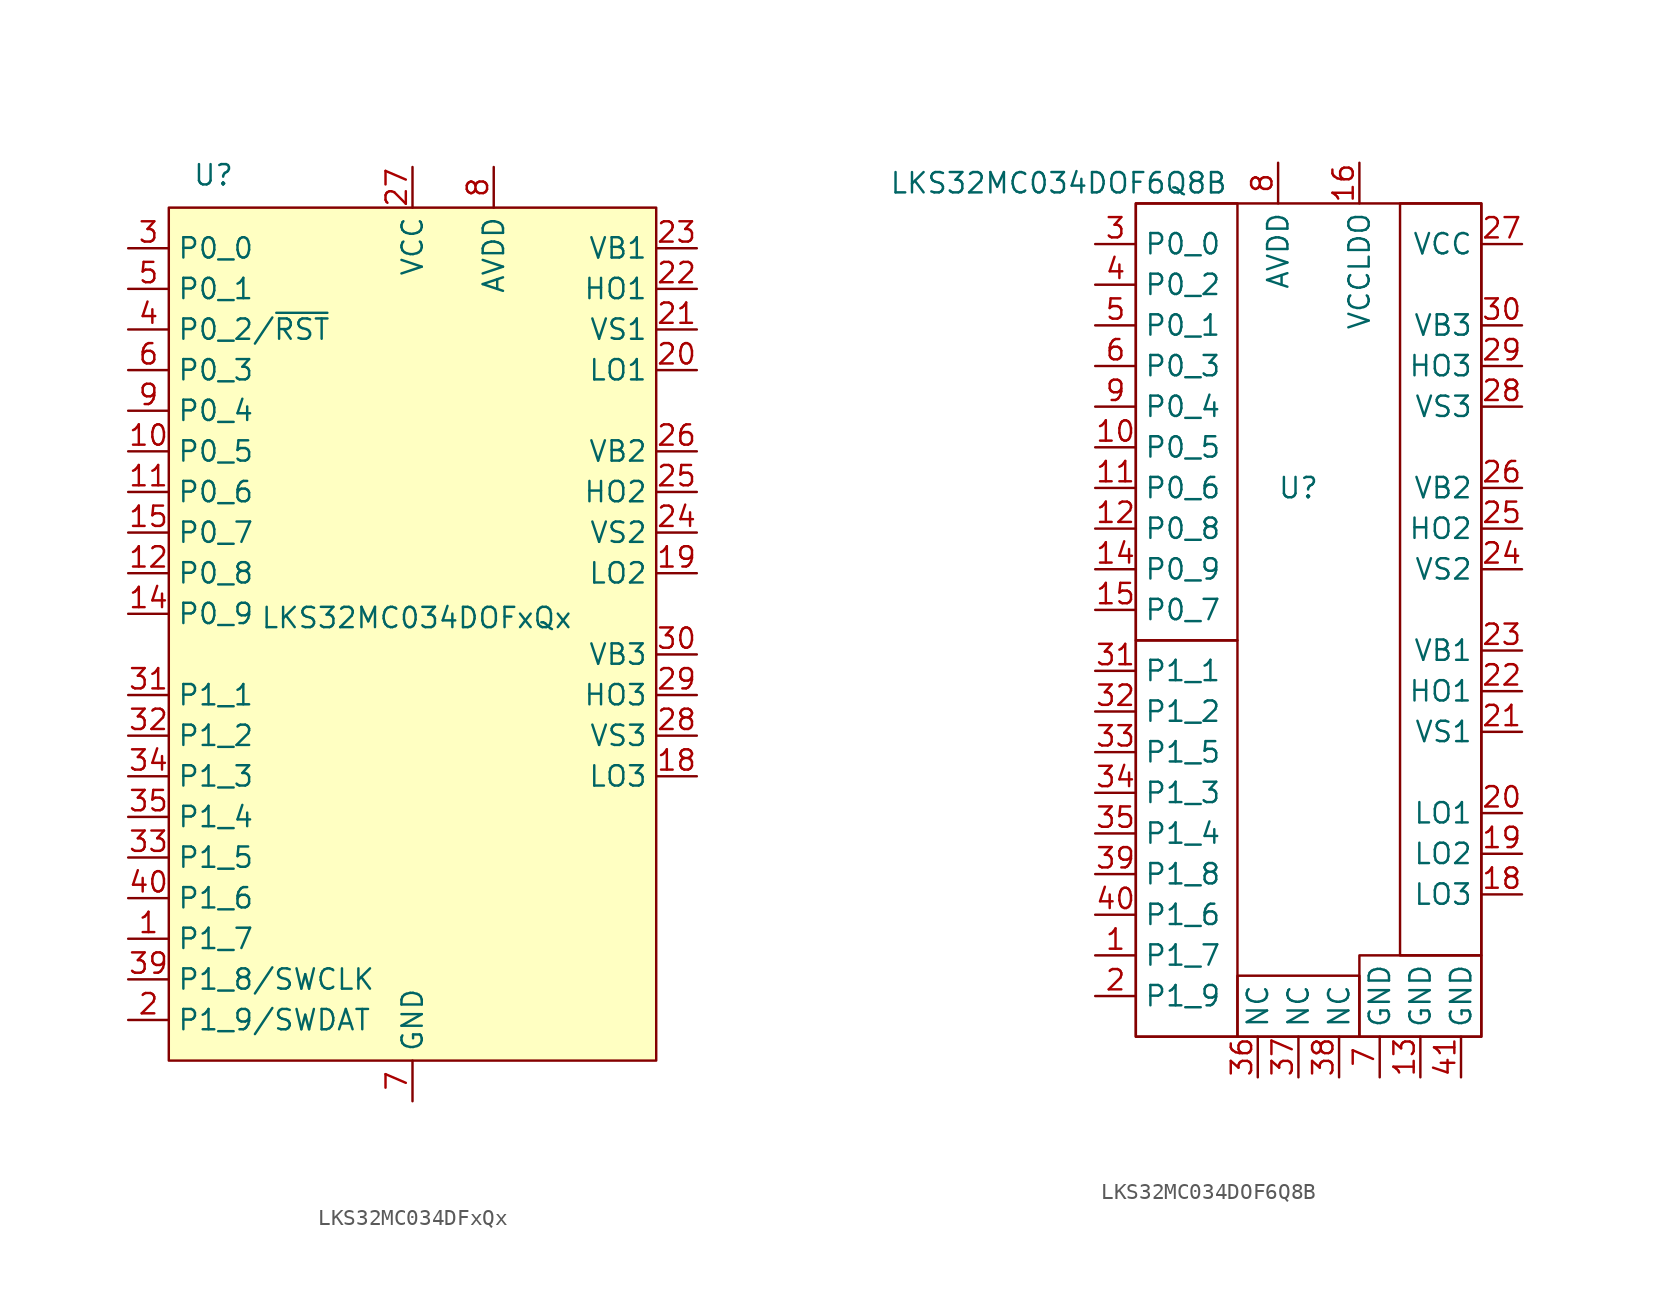
<source format=kicad_sym>
(kicad_symbol_lib
  (version 20231120)
  (generator "kicad_symbol_editor")
  (generator_version "8.0")
  (symbol "LKS32MC034DFxQx"
    (property "Reference" "U"
      (at -12.446 27.432 0)
      (effects (font (size 1.27 1.27))))
    (property "Value" "LKS32MC034DOFxQx"
      (at 0.254 -0.254 0)
      (effects (font (size 1.27 1.27))))
    (symbol "LKS32MC034DFxQx_1_1"
      (rectangle (start -15.24 25.4) (end 15.24 -27.94) (stroke (width 0) (type default)) (fill (type background)))
      (pin bidirectional line (at -17.78 -20.32 0) (length 2.54) (name "P1_7" (effects (font (size 1.27 1.27)))) (number "1" (effects (font (size 1.27 1.27)))))
      (pin bidirectional line (at -17.78 10.16 0) (length 2.54) (name "P0_5" (effects (font (size 1.27 1.27)))) (number "10" (effects (font (size 1.27 1.27)))))
      (pin bidirectional line (at -17.78 7.62 0) (length 2.54) (name "P0_6" (effects (font (size 1.27 1.27)))) (number "11" (effects (font (size 1.27 1.27)))))
      (pin bidirectional line (at -17.78 2.54 0) (length 2.54) (name "P0_8" (effects (font (size 1.27 1.27)))) (number "12" (effects (font (size 1.27 1.27)))))
      (pin passive line (at 0 -30.48 90) (length 2.54) hide (name "GND" (effects (font (size 1.27 1.27)))) (number "13" (effects (font (size 1.27 1.27)))))
      (pin bidirectional line (at -17.78 0 0) (length 2.54) (name "P0_9" (effects (font (size 1.27 1.27)))) (number "14" (effects (font (size 1.27 1.27)))))
      (pin bidirectional line (at -17.78 5.08 0) (length 2.54) (name "P0_7" (effects (font (size 1.27 1.27)))) (number "15" (effects (font (size 1.27 1.27)))))
      (pin no_connect line (at 15.24 -15.24 180) (length 2.54) hide (name "NC" (effects (font (size 1.27 1.27)))) (number "16" (effects (font (size 1.27 1.27)))))
      (pin passive line (at 0 -30.48 90) (length 2.54) hide (name "GND" (effects (font (size 1.27 1.27)))) (number "17" (effects (font (size 1.27 1.27)))))
      (pin output line (at 17.78 -10.16 180) (length 2.54) (name "LO3" (effects (font (size 1.27 1.27)))) (number "18" (effects (font (size 1.27 1.27)))))
      (pin output line (at 17.78 2.54 180) (length 2.54) (name "LO2" (effects (font (size 1.27 1.27)))) (number "19" (effects (font (size 1.27 1.27)))))
      (pin bidirectional line (at -17.78 -25.4 0) (length 2.54) (name "P1_9/SWDAT" (effects (font (size 1.27 1.27)))) (number "2" (effects (font (size 1.27 1.27)))))
      (pin output line (at 17.78 15.24 180) (length 2.54) (name "LO1" (effects (font (size 1.27 1.27)))) (number "20" (effects (font (size 1.27 1.27)))))
      (pin input line (at 17.78 17.78 180) (length 2.54) (name "VS1" (effects (font (size 1.27 1.27)))) (number "21" (effects (font (size 1.27 1.27)))))
      (pin output line (at 17.78 20.32 180) (length 2.54) (name "HO1" (effects (font (size 1.27 1.27)))) (number "22" (effects (font (size 1.27 1.27)))))
      (pin input line (at 17.78 22.86 180) (length 2.54) (name "VB1" (effects (font (size 1.27 1.27)))) (number "23" (effects (font (size 1.27 1.27)))))
      (pin input line (at 17.78 5.08 180) (length 2.54) (name "VS2" (effects (font (size 1.27 1.27)))) (number "24" (effects (font (size 1.27 1.27)))))
      (pin output line (at 17.78 7.62 180) (length 2.54) (name "HO2" (effects (font (size 1.27 1.27)))) (number "25" (effects (font (size 1.27 1.27)))))
      (pin input line (at 17.78 10.16 180) (length 2.54) (name "VB2" (effects (font (size 1.27 1.27)))) (number "26" (effects (font (size 1.27 1.27)))))
      (pin power_in line (at 0 27.94 270) (length 2.54) (name "VCC" (effects (font (size 1.27 1.27)))) (number "27" (effects (font (size 1.27 1.27)))))
      (pin input line (at 17.78 -7.62 180) (length 2.54) (name "VS3" (effects (font (size 1.27 1.27)))) (number "28" (effects (font (size 1.27 1.27)))))
      (pin output line (at 17.78 -5.08 180) (length 2.54) (name "HO3" (effects (font (size 1.27 1.27)))) (number "29" (effects (font (size 1.27 1.27)))))
      (pin bidirectional line (at -17.78 22.86 0) (length 2.54) (name "P0_0" (effects (font (size 1.27 1.27)))) (number "3" (effects (font (size 1.27 1.27)))))
      (pin input line (at 17.78 -2.54 180) (length 2.54) (name "VB3" (effects (font (size 1.27 1.27)))) (number "30" (effects (font (size 1.27 1.27)))))
      (pin bidirectional line (at -17.78 -5.08 0) (length 2.54) (name "P1_1" (effects (font (size 1.27 1.27)))) (number "31" (effects (font (size 1.27 1.27)))))
      (pin bidirectional line (at -17.78 -7.62 0) (length 2.54) (name "P1_2" (effects (font (size 1.27 1.27)))) (number "32" (effects (font (size 1.27 1.27)))))
      (pin bidirectional line (at -17.78 -15.24 0) (length 2.54) (name "P1_5" (effects (font (size 1.27 1.27)))) (number "33" (effects (font (size 1.27 1.27)))))
      (pin bidirectional line (at -17.78 -10.16 0) (length 2.54) (name "P1_3" (effects (font (size 1.27 1.27)))) (number "34" (effects (font (size 1.27 1.27)))))
      (pin bidirectional line (at -17.78 -12.7 0) (length 2.54) (name "P1_4" (effects (font (size 1.27 1.27)))) (number "35" (effects (font (size 1.27 1.27)))))
      (pin no_connect line (at 15.24 -17.78 180) (length 2.54) hide (name "NC" (effects (font (size 1.27 1.27)))) (number "36" (effects (font (size 1.27 1.27)))))
      (pin no_connect line (at 15.24 -20.32 180) (length 2.54) hide (name "NC" (effects (font (size 1.27 1.27)))) (number "37" (effects (font (size 1.27 1.27)))))
      (pin no_connect line (at 15.24 -22.86 180) (length 2.54) hide (name "NC" (effects (font (size 1.27 1.27)))) (number "38" (effects (font (size 1.27 1.27)))))
      (pin bidirectional line (at -17.78 -22.86 0) (length 2.54) (name "P1_8/SWCLK" (effects (font (size 1.27 1.27)))) (number "39" (effects (font (size 1.27 1.27)))))
      (pin bidirectional line (at -17.78 17.78 0) (length 2.54) (name "P0_2/~{RST}" (effects (font (size 1.27 1.27)))) (number "4" (effects (font (size 1.27 1.27)))))
      (pin bidirectional line (at -17.78 -17.78 0) (length 2.54) (name "P1_6" (effects (font (size 1.27 1.27)))) (number "40" (effects (font (size 1.27 1.27)))))
      (pin passive line (at 0 -30.48 90) (length 2.54) hide (name "GND" (effects (font (size 1.27 1.27)))) (number "41" (effects (font (size 1.27 1.27)))))
      (pin bidirectional line (at -17.78 20.32 0) (length 2.54) (name "P0_1" (effects (font (size 1.27 1.27)))) (number "5" (effects (font (size 1.27 1.27)))))
      (pin bidirectional line (at -17.78 15.24 0) (length 2.54) (name "P0_3" (effects (font (size 1.27 1.27)))) (number "6" (effects (font (size 1.27 1.27)))))
      (pin power_in line (at 0 -30.48 90) (length 2.54) (name "GND" (effects (font (size 1.27 1.27)))) (number "7" (effects (font (size 1.27 1.27)))))
      (pin power_in line (at 5.08 27.94 270) (length 2.54) (name "AVDD" (effects (font (size 1.27 1.27)))) (number "8" (effects (font (size 1.27 1.27)))))
      (pin bidirectional line (at -17.78 12.7 0) (length 2.54) (name "P0_4" (effects (font (size 1.27 1.27)))) (number "9" (effects (font (size 1.27 1.27)))))))
  (symbol "LKS32MC034DOF6Q8B"
    (property "Reference" "U"
      (at 0 0 0)
      (effects (font (size 1.27 1.27))))
    (property "Value" "LKS32MC034DOF6Q8B"
      (at -14.986 19.05 0)
      (effects (font (size 1.27 1.27))))
    (symbol "LKS32MC034DOF6Q8B_0_1"
      (rectangle (start -10.16 -34.29) (end -3.81 -9.525) (stroke (width 0) (type default)) (fill (type none)))
      (rectangle (start -10.16 17.78) (end -3.81 -9.525) (stroke (width 0) (type default)) (fill (type none)))
      (rectangle (start -10.16 17.78) (end 11.43 -34.29) (stroke (width 0) (type default)) (fill (type none)))
      (rectangle (start -3.81 -30.48) (end 3.81 -34.29) (stroke (width 0) (type default)) (fill (type none)))
      (rectangle (start 3.81 -34.29) (end 11.43 -29.21) (stroke (width 0) (type default)) (fill (type none)))
      (rectangle (start 6.35 17.78) (end 11.43 -29.21) (stroke (width 0) (type default)) (fill (type none))))
    (symbol "LKS32MC034DOF6Q8B_1_1"
      (pin input line (at -12.7 -29.21 0) (length 2.54) (name "P1_7" (effects (font (size 1.27 1.27)))) (number "1" (effects (font (size 1.27 1.27)))))
      (pin input line (at -12.7 2.54 0) (length 2.54) (name "P0_5" (effects (font (size 1.27 1.27)))) (number "10" (effects (font (size 1.27 1.27)))))
      (pin input line (at -12.7 0 0) (length 2.54) (name "P0_6" (effects (font (size 1.27 1.27)))) (number "11" (effects (font (size 1.27 1.27)))))
      (pin input line (at -12.7 -2.54 0) (length 2.54) (name "P0_8" (effects (font (size 1.27 1.27)))) (number "12" (effects (font (size 1.27 1.27)))))
      (pin power_in line (at 7.62 -36.83 90) (length 2.54) (name "GND" (effects (font (size 1.27 1.27)))) (number "13" (effects (font (size 1.27 1.27)))))
      (pin input line (at -12.7 -5.08 0) (length 2.54) (name "P0_9" (effects (font (size 1.27 1.27)))) (number "14" (effects (font (size 1.27 1.27)))))
      (pin input line (at -12.7 -7.62 0) (length 2.54) (name "P0_7" (effects (font (size 1.27 1.27)))) (number "15" (effects (font (size 1.27 1.27)))))
      (pin power_in line (at 3.81 20.32 270) (length 2.54) (name "VCCLDO" (effects (font (size 1.27 1.27)))) (number "16" (effects (font (size 1.27 1.27)))))
      (pin input line (at 13.97 -25.4 180) (length 2.54) (name "LO3" (effects (font (size 1.27 1.27)))) (number "18" (effects (font (size 1.27 1.27)))))
      (pin input line (at 13.97 -22.86 180) (length 2.54) (name "LO2" (effects (font (size 1.27 1.27)))) (number "19" (effects (font (size 1.27 1.27)))))
      (pin input line (at -12.7 -31.75 0) (length 2.54) (name "P1_9" (effects (font (size 1.27 1.27)))) (number "2" (effects (font (size 1.27 1.27)))))
      (pin input line (at 13.97 -20.32 180) (length 2.54) (name "LO1" (effects (font (size 1.27 1.27)))) (number "20" (effects (font (size 1.27 1.27)))))
      (pin input line (at 13.97 -15.24 180) (length 2.54) (name "VS1" (effects (font (size 1.27 1.27)))) (number "21" (effects (font (size 1.27 1.27)))))
      (pin input line (at 13.97 -12.7 180) (length 2.54) (name "HO1" (effects (font (size 1.27 1.27)))) (number "22" (effects (font (size 1.27 1.27)))))
      (pin input line (at 13.97 -10.16 180) (length 2.54) (name "VB1" (effects (font (size 1.27 1.27)))) (number "23" (effects (font (size 1.27 1.27)))))
      (pin input line (at 13.97 -5.08 180) (length 2.54) (name "VS2" (effects (font (size 1.27 1.27)))) (number "24" (effects (font (size 1.27 1.27)))))
      (pin input line (at 13.97 -2.54 180) (length 2.54) (name "HO2" (effects (font (size 1.27 1.27)))) (number "25" (effects (font (size 1.27 1.27)))))
      (pin input line (at 13.97 0 180) (length 2.54) (name "VB2" (effects (font (size 1.27 1.27)))) (number "26" (effects (font (size 1.27 1.27)))))
      (pin power_in line (at 13.97 15.24 180) (length 2.54) (name "VCC" (effects (font (size 1.27 1.27)))) (number "27" (effects (font (size 1.27 1.27)))))
      (pin input line (at 13.97 5.08 180) (length 2.54) (name "VS3" (effects (font (size 1.27 1.27)))) (number "28" (effects (font (size 1.27 1.27)))))
      (pin input line (at 13.97 7.62 180) (length 2.54) (name "HO3" (effects (font (size 1.27 1.27)))) (number "29" (effects (font (size 1.27 1.27)))))
      (pin input line (at -12.7 15.24 0) (length 2.54) (name "P0_0" (effects (font (size 1.27 1.27)))) (number "3" (effects (font (size 1.27 1.27)))))
      (pin input line (at 13.97 10.16 180) (length 2.54) (name "VB3" (effects (font (size 1.27 1.27)))) (number "30" (effects (font (size 1.27 1.27)))))
      (pin input line (at -12.7 -11.43 0) (length 2.54) (name "P1_1" (effects (font (size 1.27 1.27)))) (number "31" (effects (font (size 1.27 1.27)))))
      (pin input line (at -12.7 -13.97 0) (length 2.54) (name "P1_2" (effects (font (size 1.27 1.27)))) (number "32" (effects (font (size 1.27 1.27)))))
      (pin input line (at -12.7 -16.51 0) (length 2.54) (name "P1_5" (effects (font (size 1.27 1.27)))) (number "33" (effects (font (size 1.27 1.27)))))
      (pin input line (at -12.7 -19.05 0) (length 2.54) (name "P1_3" (effects (font (size 1.27 1.27)))) (number "34" (effects (font (size 1.27 1.27)))))
      (pin input line (at -12.7 -21.59 0) (length 2.54) (name "P1_4" (effects (font (size 1.27 1.27)))) (number "35" (effects (font (size 1.27 1.27)))))
      (pin input line (at -2.54 -36.83 90) (length 2.54) (name "NC" (effects (font (size 1.27 1.27)))) (number "36" (effects (font (size 1.27 1.27)))))
      (pin input line (at 0 -36.83 90) (length 2.54) (name "NC" (effects (font (size 1.27 1.27)))) (number "37" (effects (font (size 1.27 1.27)))))
      (pin input line (at 2.54 -36.83 90) (length 2.54) (name "NC" (effects (font (size 1.27 1.27)))) (number "38" (effects (font (size 1.27 1.27)))))
      (pin input line (at -12.7 -24.13 0) (length 2.54) (name "P1_8" (effects (font (size 1.27 1.27)))) (number "39" (effects (font (size 1.27 1.27)))))
      (pin input line (at -12.7 12.7 0) (length 2.54) (name "P0_2" (effects (font (size 1.27 1.27)))) (number "4" (effects (font (size 1.27 1.27)))))
      (pin input line (at -12.7 -26.67 0) (length 2.54) (name "P1_6" (effects (font (size 1.27 1.27)))) (number "40" (effects (font (size 1.27 1.27)))))
      (pin power_in line (at 10.16 -36.83 90) (length 2.54) (name "GND" (effects (font (size 1.27 1.27)))) (number "41" (effects (font (size 1.27 1.27)))))
      (pin input line (at -12.7 10.16 0) (length 2.54) (name "P0_1" (effects (font (size 1.27 1.27)))) (number "5" (effects (font (size 1.27 1.27)))))
      (pin input line (at -12.7 7.62 0) (length 2.54) (name "P0_3" (effects (font (size 1.27 1.27)))) (number "6" (effects (font (size 1.27 1.27)))))
      (pin power_in line (at 5.08 -36.83 90) (length 2.54) (name "GND" (effects (font (size 1.27 1.27)))) (number "7" (effects (font (size 1.27 1.27)))))
      (pin power_out line (at -1.27 20.32 270) (length 2.54) (name "AVDD" (effects (font (size 1.27 1.27)))) (number "8" (effects (font (size 1.27 1.27)))))
      (pin input line (at -12.7 5.08 0) (length 2.54) (name "P0_4" (effects (font (size 1.27 1.27)))) (number "9" (effects (font (size 1.27 1.27))))))))
</source>
